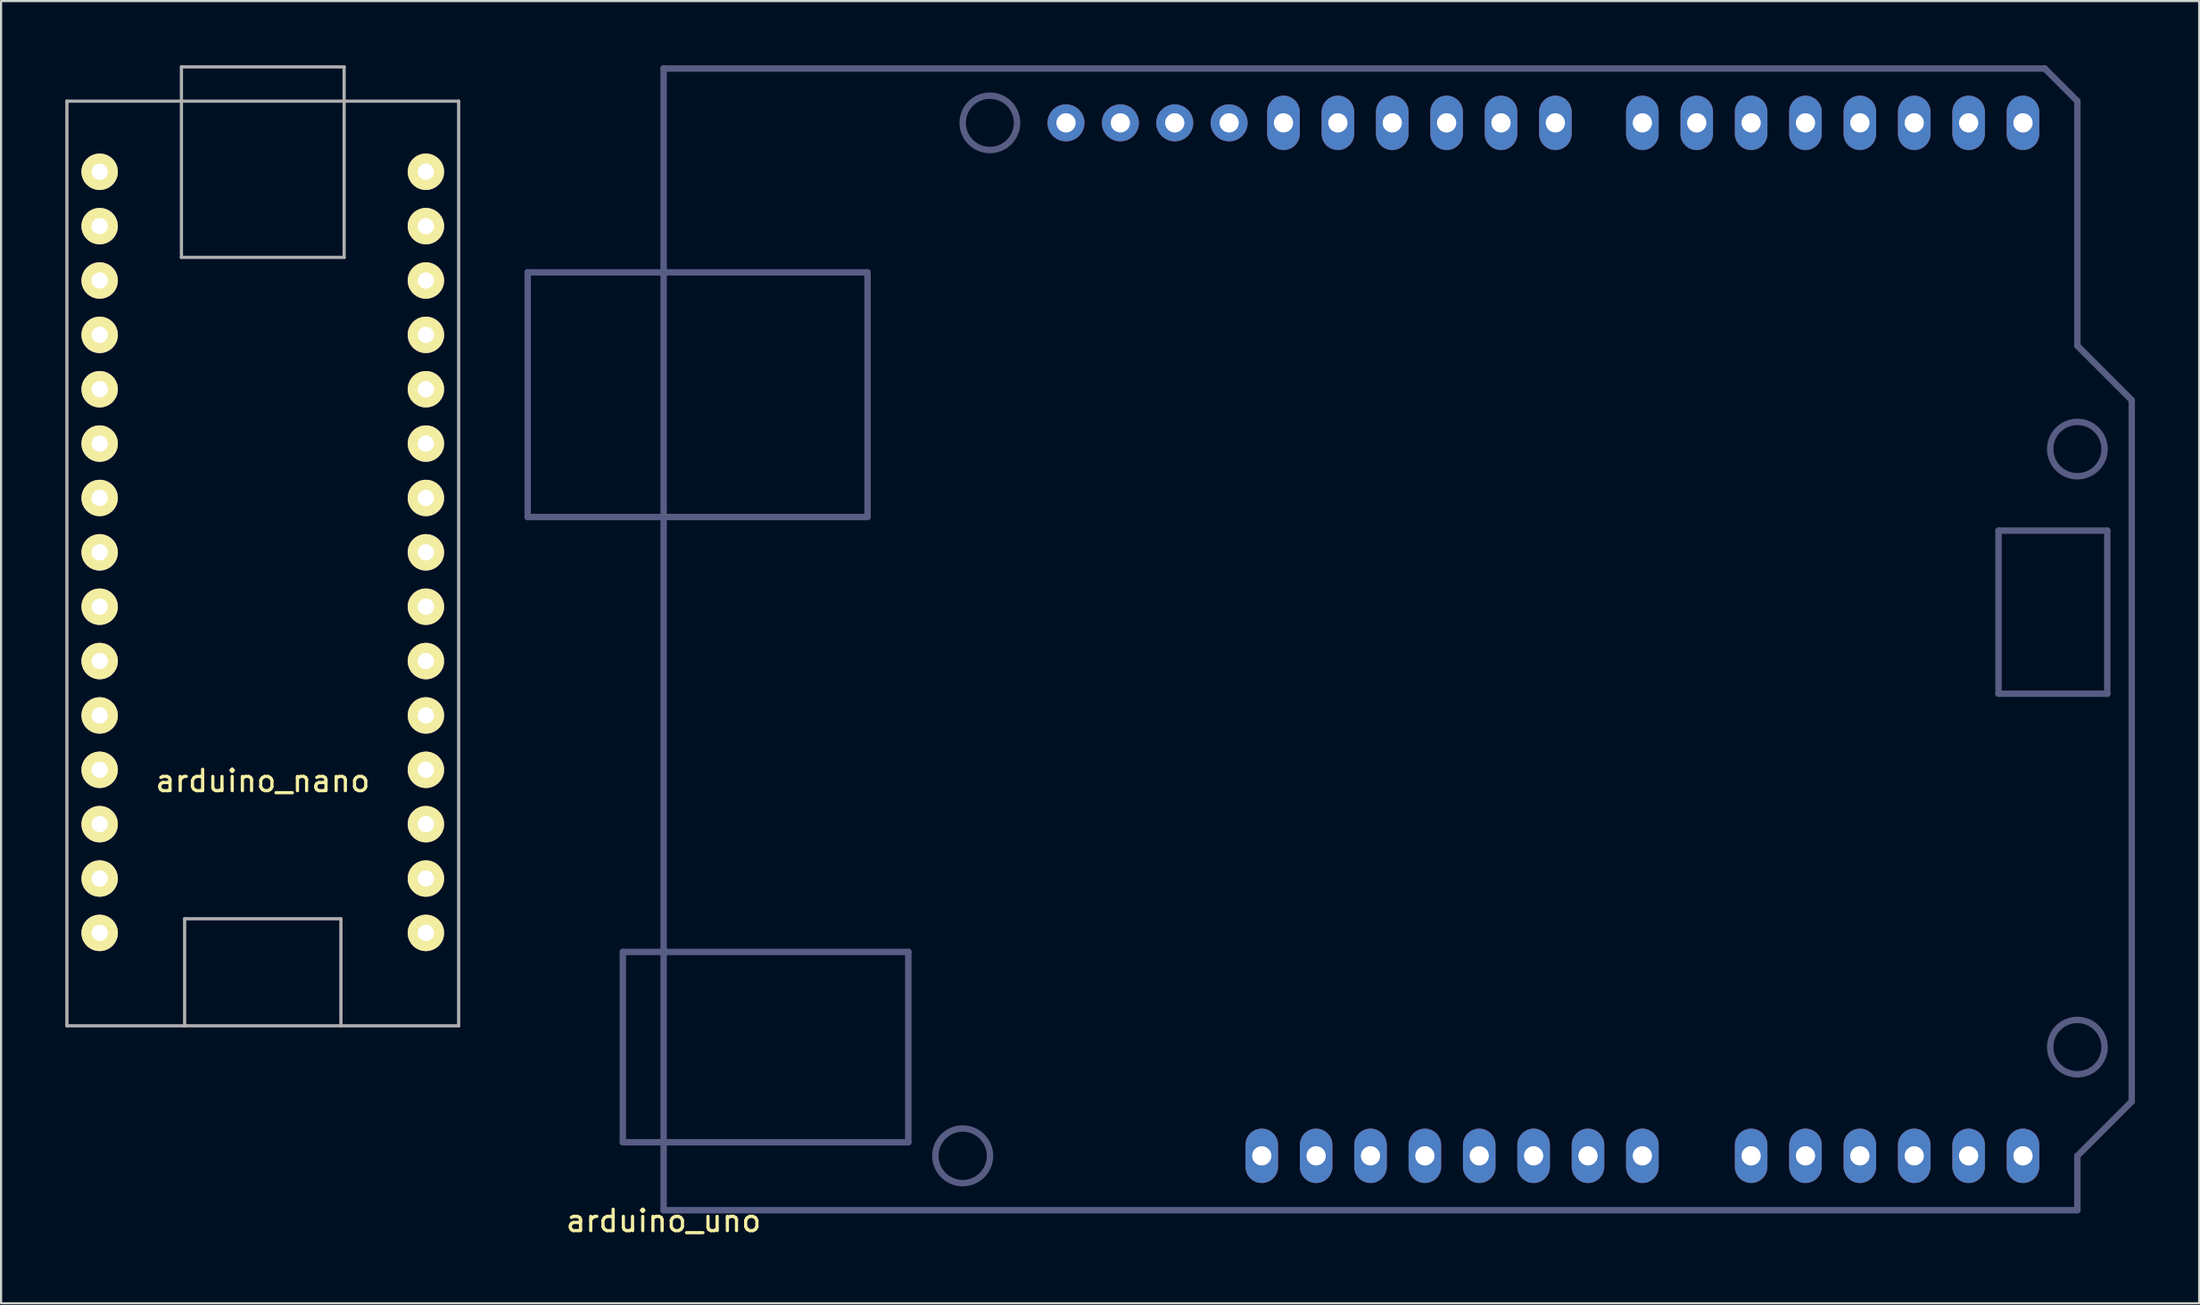
<source format=kicad_pcb>
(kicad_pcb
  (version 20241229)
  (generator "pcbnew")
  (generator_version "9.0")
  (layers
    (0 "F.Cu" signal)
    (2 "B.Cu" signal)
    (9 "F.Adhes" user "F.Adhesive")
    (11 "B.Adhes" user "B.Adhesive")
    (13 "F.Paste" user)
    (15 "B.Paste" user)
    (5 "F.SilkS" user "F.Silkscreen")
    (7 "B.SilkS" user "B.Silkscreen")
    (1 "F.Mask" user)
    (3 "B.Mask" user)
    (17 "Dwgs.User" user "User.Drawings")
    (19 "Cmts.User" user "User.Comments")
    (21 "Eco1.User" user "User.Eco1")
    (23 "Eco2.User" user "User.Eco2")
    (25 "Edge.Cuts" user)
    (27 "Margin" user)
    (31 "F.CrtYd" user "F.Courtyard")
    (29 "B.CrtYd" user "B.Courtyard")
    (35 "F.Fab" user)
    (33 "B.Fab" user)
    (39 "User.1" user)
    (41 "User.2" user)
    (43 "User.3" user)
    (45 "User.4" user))
  (footprint "arduino_uno"
    (layer "F.Cu")
    (at 27.95 53.49)
    (property "Reference" "arduino_uno" (at 0 0.5 0) (layer "F.SilkS") (effects (font (size 1 1) (thickness 0.15))))
    (attr through_hole)
    (fp_line (start -6.35 -43.815) (end 9.525 -43.815) (stroke (width 0.3) (type solid)) (layer "B.Fab"))
    (fp_line (start -6.35 -32.385) (end -6.35 -43.815) (stroke (width 0.3) (type solid)) (layer "B.Fab"))
    (fp_line (start -1.905 -12.065) (end 11.43 -12.065) (stroke (width 0.3) (type solid)) (layer "B.Fab"))
    (fp_line (start -1.905 -3.175) (end -1.905 -12.065) (stroke (width 0.3) (type solid)) (layer "B.Fab"))
    (fp_line (start 0 -53.34) (end 64.516 -53.34) (stroke (width 0.3) (type solid)) (layer "B.Fab"))
    (fp_line (start 0 0) (end 0 -53.34) (stroke (width 0.3) (type solid)) (layer "B.Fab"))
    (fp_line (start 9.525 -43.815) (end 9.525 -32.385) (stroke (width 0.3) (type solid)) (layer "B.Fab"))
    (fp_line (start 9.525 -32.385) (end -6.35 -32.385) (stroke (width 0.3) (type solid)) (layer "B.Fab"))
    (fp_line (start 11.43 -12.065) (end 11.43 -3.175) (stroke (width 0.3) (type solid)) (layer "B.Fab"))
    (fp_line (start 11.43 -3.175) (end -1.905 -3.175) (stroke (width 0.3) (type solid)) (layer "B.Fab"))
    (fp_line (start 62.357 -31.75) (end 67.437 -31.75) (stroke (width 0.3) (type solid)) (layer "B.Fab"))
    (fp_line (start 62.357 -24.13) (end 62.357 -31.75) (stroke (width 0.3) (type solid)) (layer "B.Fab"))
    (fp_line (start 64.516 -53.34) (end 66.04 -51.816) (stroke (width 0.3) (type solid)) (layer "B.Fab"))
    (fp_line (start 66.04 -51.816) (end 66.04 -40.386) (stroke (width 0.3) (type solid)) (layer "B.Fab"))
    (fp_line (start 66.04 -40.386) (end 68.58 -37.846) (stroke (width 0.3) (type solid)) (layer "B.Fab"))
    (fp_line (start 66.04 -2.54) (end 66.04 0) (stroke (width 0.3) (type solid)) (layer "B.Fab"))
    (fp_line (start 66.04 0) (end 0 0) (stroke (width 0.3) (type solid)) (layer "B.Fab"))
    (fp_line (start 67.437 -31.75) (end 67.437 -24.13) (stroke (width 0.3) (type solid)) (layer "B.Fab"))
    (fp_line (start 67.437 -24.13) (end 62.357 -24.13) (stroke (width 0.3) (type solid)) (layer "B.Fab"))
    (fp_line (start 68.58 -37.846) (end 68.58 -5.08) (stroke (width 0.3) (type solid)) (layer "B.Fab"))
    (fp_line (start 68.58 -5.08) (end 66.04 -2.54) (stroke (width 0.3) (type solid)) (layer "B.Fab"))
    (fp_circle (center 13.97 -2.54) (end 13.843 -1.27) (stroke (width 0.3) (type solid)) (fill no) (layer "B.Fab"))
    (fp_circle (center 15.24 -50.8) (end 15.24 -52.07) (stroke (width 0.3) (type solid)) (fill no) (layer "B.Fab"))
    (fp_circle (center 66.04 -35.56) (end 66.04 -36.83) (stroke (width 0.3) (type solid)) (fill no) (layer "B.Fab"))
    (fp_circle (center 66.04 -7.62) (end 66.04 -6.35) (stroke (width 0.3) (type solid)) (fill no) (layer "B.Fab"))
    (pad "1" thru_hole oval (at 27.94 -2.54) (size 1.52 2.54) (drill 0.9) (layers "*.Cu" "*.Mask"))
    (pad "2" thru_hole oval (at 30.48 -2.54) (size 1.52 2.54) (drill 0.9) (layers "*.Cu" "*.Mask"))
    (pad "3" thru_hole oval (at 33.02 -2.54) (size 1.52 2.54) (drill 0.9) (layers "*.Cu" "*.Mask"))
    (pad "4" thru_hole oval (at 35.56 -2.54) (size 1.52 2.54) (drill 0.9) (layers "*.Cu" "*.Mask"))
    (pad "5" thru_hole oval (at 38.1 -2.54) (size 1.52 2.54) (drill 0.9) (layers "*.Cu" "*.Mask"))
    (pad "6" thru_hole oval (at 40.64 -2.54) (size 1.52 2.54) (drill 0.9) (layers "*.Cu" "*.Mask"))
    (pad "7" thru_hole oval (at 43.18 -2.54) (size 1.52 2.54) (drill 0.9) (layers "*.Cu" "*.Mask"))
    (pad "8" thru_hole oval (at 45.72 -2.54) (size 1.52 2.54) (drill 0.9) (layers "*.Cu" "*.Mask"))
    (pad "9" thru_hole oval (at 50.8 -2.54) (size 1.52 2.54) (drill 0.9) (layers "*.Cu" "*.Mask"))
    (pad "10" thru_hole oval (at 53.34 -2.54) (size 1.52 2.54) (drill 0.9) (layers "*.Cu" "*.Mask"))
    (pad "11" thru_hole oval (at 55.88 -2.54) (size 1.52 2.54) (drill 0.9) (layers "*.Cu" "*.Mask"))
    (pad "12" thru_hole oval (at 58.42 -2.54) (size 1.52 2.54) (drill 0.9) (layers "*.Cu" "*.Mask"))
    (pad "13" thru_hole oval (at 60.96 -2.54) (size 1.52 2.54) (drill 0.9) (layers "*.Cu" "*.Mask"))
    (pad "14" thru_hole oval (at 63.5 -2.54) (size 1.52 2.54) (drill 0.9) (layers "*.Cu" "*.Mask"))
    (pad "15" thru_hole oval (at 63.5 -50.8) (size 1.52 2.54) (drill 0.9) (layers "*.Cu" "*.Mask"))
    (pad "16" thru_hole oval (at 60.96 -50.8) (size 1.52 2.54) (drill 0.9) (layers "*.Cu" "*.Mask"))
    (pad "17" thru_hole oval (at 58.42 -50.8) (size 1.52 2.54) (drill 0.9) (layers "*.Cu" "*.Mask"))
    (pad "18" thru_hole oval (at 55.88 -50.8) (size 1.52 2.54) (drill 0.9) (layers "*.Cu" "*.Mask"))
    (pad "19" thru_hole oval (at 53.34 -50.8) (size 1.52 2.54) (drill 0.9) (layers "*.Cu" "*.Mask"))
    (pad "20" thru_hole oval (at 50.8 -50.8) (size 1.52 2.54) (drill 0.9) (layers "*.Cu" "*.Mask"))
    (pad "21" thru_hole oval (at 48.26 -50.8) (size 1.52 2.54) (drill 0.9) (layers "*.Cu" "*.Mask"))
    (pad "22" thru_hole oval (at 45.72 -50.8) (size 1.52 2.54) (drill 0.9) (layers "*.Cu" "*.Mask"))
    (pad "23" thru_hole oval (at 41.656 -50.8) (size 1.52 2.54) (drill 0.9) (layers "*.Cu" "*.Mask"))
    (pad "24" thru_hole oval (at 39.116 -50.8) (size 1.52 2.54) (drill 0.9) (layers "*.Cu" "*.Mask"))
    (pad "25" thru_hole oval (at 36.576 -50.8) (size 1.52 2.54) (drill 0.9) (layers "*.Cu" "*.Mask"))
    (pad "26" thru_hole oval (at 34.036 -50.8) (size 1.52 2.54) (drill 0.9) (layers "*.Cu" "*.Mask"))
    (pad "27" thru_hole oval (at 31.496 -50.8) (size 1.52 2.54) (drill 0.9) (layers "*.Cu" "*.Mask"))
    (pad "28" thru_hole oval (at 28.956 -50.8) (size 1.52 2.54) (drill 0.9) (layers "*.Cu" "*.Mask"))
    (pad "29" thru_hole oval (at 26.416 -50.8) (size 1.727 1.727) (drill 0.9) (layers "*.Cu" "*.Mask"))
    (pad "30" thru_hole oval (at 23.876 -50.8) (size 1.727 1.727) (drill 0.9) (layers "*.Cu" "*.Mask"))
    (pad "31" thru_hole oval (at 21.336 -50.8) (size 1.727 1.727) (drill 0.9) (layers "*.Cu" "*.Mask"))
    (pad "32" thru_hole oval (at 18.796 -50.8) (size 1.727 1.727) (drill 0.9) (layers "*.Cu" "*.Mask")))
  (footprint "arduino_nano"
    (layer "F.Cu")
    (at 9.225 23.275)
    (property "Reference" "arduino_nano" (at 0 10.16 0) (layer "F.SilkS") (effects (font (size 1 1) (thickness 0.15))))
    (attr through_hole)
    (fp_line (start -9.15 -21.6) (end 9.15 -21.6) (stroke (width 0.15) (type solid)) (layer "F.Fab"))
    (fp_line (start -9.15 21.6) (end -9.15 -21.6) (stroke (width 0.15) (type solid)) (layer "F.Fab"))
    (fp_line (start -3.8 -23.2) (end 3.8 -23.2) (stroke (width 0.15) (type solid)) (layer "F.Fab"))
    (fp_line (start -3.8 -21.6) (end -3.8 -23.2) (stroke (width 0.15) (type solid)) (layer "F.Fab"))
    (fp_line (start -3.8 -14.3) (end -3.8 -21.65) (stroke (width 0.15) (type solid)) (layer "F.Fab"))
    (fp_line (start -3.65 16.6) (end -3.65 21.6) (stroke (width 0.15) (type solid)) (layer "F.Fab"))
    (fp_line (start 3.65 16.6) (end -3.65 16.6) (stroke (width 0.15) (type solid)) (layer "F.Fab"))
    (fp_line (start 3.65 21.6) (end 3.65 16.6) (stroke (width 0.15) (type solid)) (layer "F.Fab"))
    (fp_line (start 3.8 -23.2) (end 3.8 -14.3) (stroke (width 0.15) (type solid)) (layer "F.Fab"))
    (fp_line (start 3.8 -14.3) (end -3.8 -14.3) (stroke (width 0.15) (type solid)) (layer "F.Fab"))
    (fp_line (start 9.15 -21.6) (end 9.15 21.6) (stroke (width 0.15) (type solid)) (layer "F.Fab"))
    (fp_line (start 9.15 21.6) (end -9.15 21.6) (stroke (width 0.15) (type solid)) (layer "F.Fab"))
    (pad "1" thru_hole circle (at -7.62 -18.3) (size 1.7 1.7) (drill 0.762) (layers "*.Cu" "*.Mask" "F.SilkS"))
    (pad "2" thru_hole circle (at -7.62 -15.76) (size 1.7 1.7) (drill 0.762) (layers "*.Cu" "*.Mask" "F.SilkS"))
    (pad "3" thru_hole circle (at -7.62 -13.22) (size 1.7 1.7) (drill 0.762) (layers "*.Cu" "*.Mask" "F.SilkS"))
    (pad "4" thru_hole circle (at -7.62 -10.68) (size 1.7 1.7) (drill 0.762) (layers "*.Cu" "*.Mask" "F.SilkS"))
    (pad "5" thru_hole circle (at -7.62 -8.14) (size 1.7 1.7) (drill 0.762) (layers "*.Cu" "*.Mask" "F.SilkS"))
    (pad "6" thru_hole circle (at -7.62 -5.6) (size 1.7 1.7) (drill 0.762) (layers "*.Cu" "*.Mask" "F.SilkS"))
    (pad "7" thru_hole circle (at -7.62 -3.06) (size 1.7 1.7) (drill 0.762) (layers "*.Cu" "*.Mask" "F.SilkS"))
    (pad "8" thru_hole circle (at -7.62 -0.52) (size 1.7 1.7) (drill 0.762) (layers "*.Cu" "*.Mask" "F.SilkS"))
    (pad "9" thru_hole circle (at -7.62 2.02) (size 1.7 1.7) (drill 0.762) (layers "*.Cu" "*.Mask" "F.SilkS"))
    (pad "10" thru_hole circle (at -7.62 4.56) (size 1.7 1.7) (drill 0.762) (layers "*.Cu" "*.Mask" "F.SilkS"))
    (pad "11" thru_hole circle (at -7.62 7.1) (size 1.7 1.7) (drill 0.762) (layers "*.Cu" "*.Mask" "F.SilkS"))
    (pad "12" thru_hole circle (at -7.62 9.64) (size 1.7 1.7) (drill 0.762) (layers "*.Cu" "*.Mask" "F.SilkS"))
    (pad "13" thru_hole circle (at -7.62 12.18) (size 1.7 1.7) (drill 0.762) (layers "*.Cu" "*.Mask" "F.SilkS"))
    (pad "14" thru_hole circle (at -7.62 14.72) (size 1.7 1.7) (drill 0.762) (layers "*.Cu" "*.Mask" "F.SilkS"))
    (pad "15" thru_hole circle (at -7.62 17.26) (size 1.7 1.7) (drill 0.762) (layers "*.Cu" "*.Mask" "F.SilkS"))
    (pad "16" thru_hole circle (at 7.62 17.26) (size 1.7 1.7) (drill 0.762) (layers "*.Cu" "*.Mask" "F.SilkS"))
    (pad "17" thru_hole circle (at 7.62 14.72) (size 1.7 1.7) (drill 0.762) (layers "*.Cu" "*.Mask" "F.SilkS"))
    (pad "18" thru_hole circle (at 7.62 12.18) (size 1.7 1.7) (drill 0.762) (layers "*.Cu" "*.Mask" "F.SilkS"))
    (pad "19" thru_hole circle (at 7.62 9.64) (size 1.7 1.7) (drill 0.762) (layers "*.Cu" "*.Mask" "F.SilkS"))
    (pad "20" thru_hole circle (at 7.62 7.1) (size 1.7 1.7) (drill 0.762) (layers "*.Cu" "*.Mask" "F.SilkS"))
    (pad "21" thru_hole circle (at 7.62 4.56) (size 1.7 1.7) (drill 0.762) (layers "*.Cu" "*.Mask" "F.SilkS"))
    (pad "22" thru_hole circle (at 7.62 2.02) (size 1.7 1.7) (drill 0.762) (layers "*.Cu" "*.Mask" "F.SilkS"))
    (pad "23" thru_hole circle (at 7.62 -0.52) (size 1.7 1.7) (drill 0.762) (layers "*.Cu" "*.Mask" "F.SilkS"))
    (pad "24" thru_hole circle (at 7.62 -3.06) (size 1.7 1.7) (drill 0.762) (layers "*.Cu" "*.Mask" "F.SilkS"))
    (pad "25" thru_hole circle (at 7.62 -5.6) (size 1.7 1.7) (drill 0.762) (layers "*.Cu" "*.Mask" "F.SilkS"))
    (pad "26" thru_hole circle (at 7.62 -8.14) (size 1.7 1.7) (drill 0.762) (layers "*.Cu" "*.Mask" "F.SilkS"))
    (pad "27" thru_hole circle (at 7.62 -10.68) (size 1.7 1.7) (drill 0.762) (layers "*.Cu" "*.Mask" "F.SilkS"))
    (pad "28" thru_hole circle (at 7.62 -13.22) (size 1.7 1.7) (drill 0.762) (layers "*.Cu" "*.Mask" "F.SilkS"))
    (pad "29" thru_hole circle (at 7.62 -15.76) (size 1.7 1.7) (drill 0.762) (layers "*.Cu" "*.Mask" "F.SilkS"))
    (pad "30" thru_hole circle (at 7.62 -18.3) (size 1.7 1.7) (drill 0.762) (layers "*.Cu" "*.Mask" "F.SilkS")))
  (gr_rect
    (start -3 -3)
    (end 99.68 57.838)
    (stroke (width 0.1) (type default))
    (fill no)
    (layer "Edge.Cuts")))
</source>
